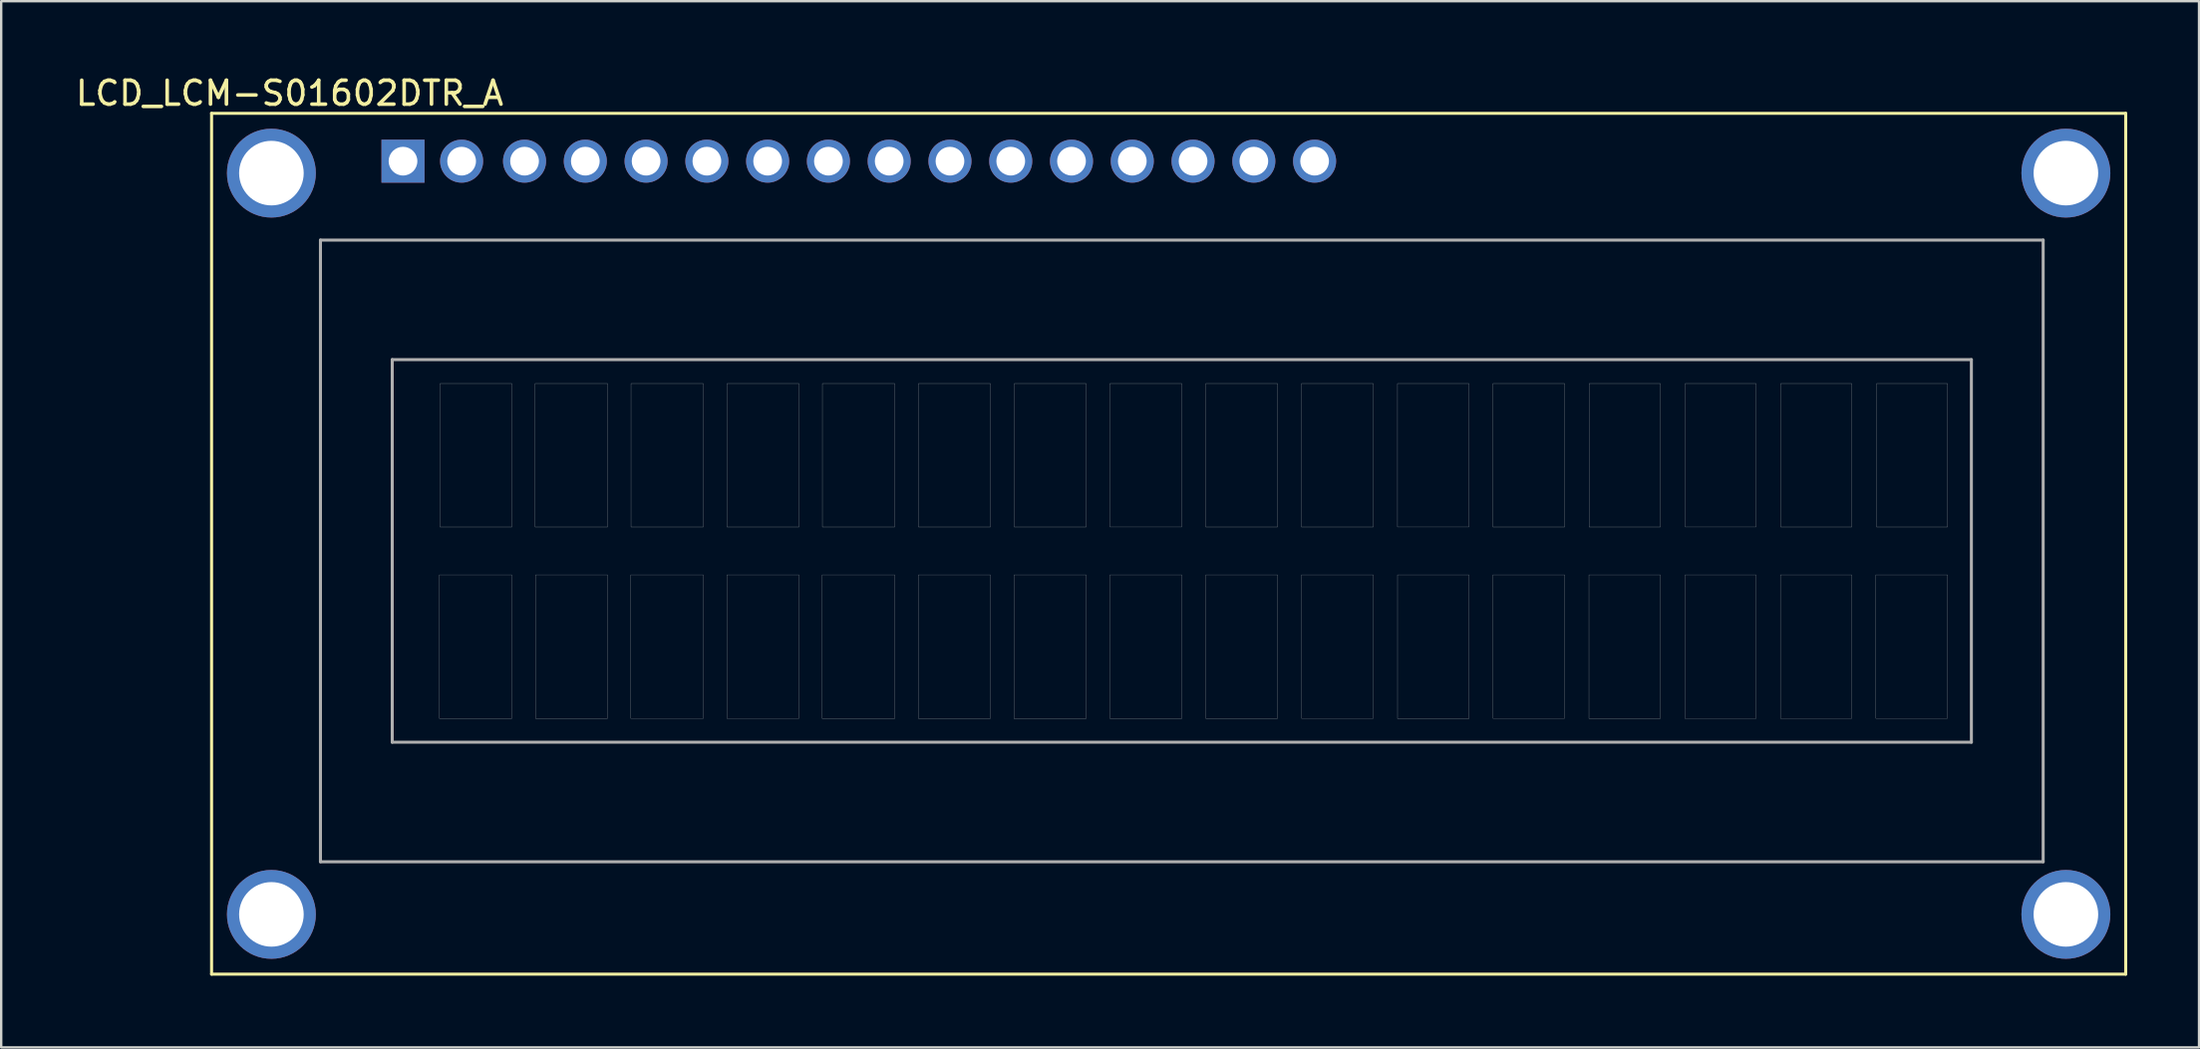
<source format=kicad_pcb>
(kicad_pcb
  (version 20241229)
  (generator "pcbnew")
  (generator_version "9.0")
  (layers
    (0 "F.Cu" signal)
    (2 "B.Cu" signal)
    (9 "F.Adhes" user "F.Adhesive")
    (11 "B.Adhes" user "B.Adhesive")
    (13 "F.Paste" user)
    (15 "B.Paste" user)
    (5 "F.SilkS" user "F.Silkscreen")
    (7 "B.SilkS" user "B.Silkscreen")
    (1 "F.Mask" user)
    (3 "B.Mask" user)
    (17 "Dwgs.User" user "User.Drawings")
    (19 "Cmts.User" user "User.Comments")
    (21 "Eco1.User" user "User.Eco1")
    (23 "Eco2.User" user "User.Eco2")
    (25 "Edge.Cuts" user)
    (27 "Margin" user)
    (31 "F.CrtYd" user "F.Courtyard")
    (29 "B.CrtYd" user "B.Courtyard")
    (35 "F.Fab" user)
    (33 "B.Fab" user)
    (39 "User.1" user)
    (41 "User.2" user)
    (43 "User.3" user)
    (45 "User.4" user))
  (footprint "LCD_LCM-S01602DTR_A"
    (layer "F.Cu")
    (at 46.343 19.99)
    (property "Reference" "LCD_LCM-S01602DTR_A" (at -37.287 -19.141 0) (layer "F.SilkS") (effects (font (size 1 1) (thickness 0.15))))
    (attr through_hole)
    (fp_line (start -40.55 -18.3) (end -40.55 17.7) (stroke (width 0.127) (type solid)) (layer "F.SilkS"))
    (fp_line (start -40.55 17.7) (end 39.45 17.7) (stroke (width 0.127) (type solid)) (layer "F.SilkS"))
    (fp_line (start 39.45 -18.3) (end -40.55 -18.3) (stroke (width 0.127) (type solid)) (layer "F.SilkS"))
    (fp_line (start 39.45 17.7) (end 39.45 -18.3) (stroke (width 0.127) (type solid)) (layer "F.SilkS"))
    (fp_line (start -36 -13) (end -36 13) (stroke (width 0.127) (type solid)) (layer "F.Fab"))
    (fp_line (start -36 13) (end 36 13) (stroke (width 0.127) (type solid)) (layer "F.Fab"))
    (fp_line (start -33 -8) (end -33 8) (stroke (width 0.127) (type solid)) (layer "F.Fab"))
    (fp_line (start -33 8) (end 33 8) (stroke (width 0.127) (type solid)) (layer "F.Fab"))
    (fp_line (start 33 -8) (end -33 -8) (stroke (width 0.127) (type solid)) (layer "F.Fab"))
    (fp_line (start 33 8) (end 33 -8) (stroke (width 0.127) (type solid)) (layer "F.Fab"))
    (fp_line (start 36 -13) (end -36 -13) (stroke (width 0.127) (type solid)) (layer "F.Fab"))
    (fp_line (start 36 13) (end 36 -13) (stroke (width 0.127) (type solid)) (layer "F.Fab"))
    (fp_poly (pts (xy -31.029 1) (xy -28 1) (xy -28 7.007) (xy -31.029 7.007)) (stroke (width 0.01) (type solid)) (fill no) (layer "F.Fab"))
    (fp_poly (pts (xy -31.002 -7) (xy -28 -7) (xy -28 -1) (xy -31.002 -1)) (stroke (width 0.01) (type solid)) (fill no) (layer "F.Fab"))
    (fp_poly (pts (xy -27.027 -7) (xy -24 -7) (xy -24 -1.001) (xy -27.027 -1.001)) (stroke (width 0.01) (type solid)) (fill no) (layer "F.Fab"))
    (fp_poly (pts (xy -27.012 1) (xy -24 1) (xy -24 7.003) (xy -27.012 7.003)) (stroke (width 0.01) (type solid)) (fill no) (layer "F.Fab"))
    (fp_poly (pts (xy -23.027 1) (xy -20 1) (xy -20 7.008) (xy -23.027 7.008)) (stroke (width 0.01) (type solid)) (fill no) (layer "F.Fab"))
    (fp_poly (pts (xy -23.02 -7) (xy -20 -7) (xy -20 -1.001) (xy -23.02 -1.001)) (stroke (width 0.01) (type solid)) (fill no) (layer "F.Fab"))
    (fp_poly (pts (xy -19.015 1) (xy -16 1) (xy -16 7.005) (xy -19.015 7.005)) (stroke (width 0.01) (type solid)) (fill no) (layer "F.Fab"))
    (fp_poly (pts (xy -19.008 -7) (xy -16 -7) (xy -16 -1) (xy -19.008 -1)) (stroke (width 0.01) (type solid)) (fill no) (layer "F.Fab"))
    (fp_poly (pts (xy -15.027 1) (xy -12 1) (xy -12 7.013) (xy -15.027 7.013)) (stroke (width 0.01) (type solid)) (fill no) (layer "F.Fab"))
    (fp_poly (pts (xy -15.021 -7) (xy -12 -7) (xy -12 -1.001) (xy -15.021 -1.001)) (stroke (width 0.01) (type solid)) (fill no) (layer "F.Fab"))
    (fp_poly (pts (xy -11.009 1) (xy -8 1) (xy -8 7.006) (xy -11.009 7.006)) (stroke (width 0.01) (type solid)) (fill no) (layer "F.Fab"))
    (fp_poly (pts (xy -11.006 -7) (xy -8 -7) (xy -8 -1.001) (xy -11.006 -1.001)) (stroke (width 0.01) (type solid)) (fill no) (layer "F.Fab"))
    (fp_poly (pts (xy -7.013 1) (xy -4 1) (xy -4 7.013) (xy -7.013 7.013)) (stroke (width 0.01) (type solid)) (fill no) (layer "F.Fab"))
    (fp_poly (pts (xy -7.002 -7) (xy -4 -7) (xy -4 -1) (xy -7.002 -1)) (stroke (width 0.01) (type solid)) (fill no) (layer "F.Fab"))
    (fp_poly (pts (xy -3.005 -7) (xy 0 -7) (xy 0 -1.002) (xy -3.005 -1.002)) (stroke (width 0.01) (type solid)) (fill no) (layer "F.Fab"))
    (fp_poly (pts (xy -3.004 1) (xy 0 1) (xy 0 7.01) (xy -3.004 7.01)) (stroke (width 0.01) (type solid)) (fill no) (layer "F.Fab"))
    (fp_poly (pts (xy 1.001 1) (xy 4 1) (xy 4 7.006) (xy 1.001 7.006)) (stroke (width 0.01) (type solid)) (fill no) (layer "F.Fab"))
    (fp_poly (pts (xy 1.001 -7) (xy 4 -7) (xy 4 -1.001) (xy 1.001 -1.001)) (stroke (width 0.01) (type solid)) (fill no) (layer "F.Fab"))
    (fp_poly (pts (xy 5.001 -7) (xy 8 -7) (xy 8 -1) (xy 5.001 -1)) (stroke (width 0.01) (type solid)) (fill no) (layer "F.Fab"))
    (fp_poly (pts (xy 5.004 1) (xy 8 1) (xy 8 7.005) (xy 5.004 7.005)) (stroke (width 0.01) (type solid)) (fill no) (layer "F.Fab"))
    (fp_poly (pts (xy 9.015 -7) (xy 12 -7) (xy 12 -1.002) (xy 9.015 -1.002)) (stroke (width 0.01) (type solid)) (fill no) (layer "F.Fab"))
    (fp_poly (pts (xy 9.017 1) (xy 12 1) (xy 12 7.014) (xy 9.017 7.014)) (stroke (width 0.01) (type solid)) (fill no) (layer "F.Fab"))
    (fp_poly (pts (xy 13.003 1) (xy 16 1) (xy 16 7.002) (xy 13.003 7.002)) (stroke (width 0.01) (type solid)) (fill no) (layer "F.Fab"))
    (fp_poly (pts (xy 13.004 -7) (xy 16 -7) (xy 16 -1) (xy 13.004 -1)) (stroke (width 0.01) (type solid)) (fill no) (layer "F.Fab"))
    (fp_poly (pts (xy 17.017 1) (xy 20 1) (xy 20 7.007) (xy 17.017 7.007)) (stroke (width 0.01) (type solid)) (fill no) (layer "F.Fab"))
    (fp_poly (pts (xy 17.023 -7) (xy 20 -7) (xy 20 -1.001) (xy 17.023 -1.001)) (stroke (width 0.01) (type solid)) (fill no) (layer "F.Fab"))
    (fp_poly (pts (xy 21.032 1) (xy 24 1) (xy 24 7.011) (xy 21.032 7.011)) (stroke (width 0.01) (type solid)) (fill no) (layer "F.Fab"))
    (fp_poly (pts (xy 21.037 -7) (xy 24 -7) (xy 24 -1.002) (xy 21.037 -1.002)) (stroke (width 0.01) (type solid)) (fill no) (layer "F.Fab"))
    (fp_poly (pts (xy 25.019 1) (xy 28 1) (xy 28 7.005) (xy 25.019 7.005)) (stroke (width 0.01) (type solid)) (fill no) (layer "F.Fab"))
    (fp_poly (pts (xy 25.031 -7) (xy 28 -7) (xy 28 -1.001) (xy 25.031 -1.001)) (stroke (width 0.01) (type solid)) (fill no) (layer "F.Fab"))
    (fp_poly (pts (xy 29.008 1) (xy 32 1) (xy 32 7.002) (xy 29.008 7.002)) (stroke (width 0.01) (type solid)) (fill no) (layer "F.Fab"))
    (fp_poly (pts (xy 29.039 -7) (xy 32 -7) (xy 32 -1.001) (xy 29.039 -1.001)) (stroke (width 0.01) (type solid)) (fill no) (layer "F.Fab"))
    (pad "" np_thru_hole circle (at -38.05 -15.8) (size 3.716 3.716) (drill 2.7) (layers "*.Cu" "*.Mask"))
    (pad "" np_thru_hole circle (at -38.05 15.2) (size 3.716 3.716) (drill 2.7) (layers "*.Cu" "*.Mask"))
    (pad "" np_thru_hole circle (at 36.95 -15.8) (size 3.716 3.716) (drill 2.7) (layers "*.Cu" "*.Mask"))
    (pad "" np_thru_hole circle (at 36.95 15.2) (size 3.716 3.716) (drill 2.7) (layers "*.Cu" "*.Mask"))
    (pad "1" thru_hole rect (at -32.55 -16.3) (size 1.8 1.8) (drill 1.2) (layers "*.Cu" "*.Mask"))
    (pad "2" thru_hole circle (at -30.1 -16.3) (size 1.8 1.8) (drill 1.2) (layers "*.Cu" "*.Mask"))
    (pad "3" thru_hole circle (at -27.47 -16.3) (size 1.8 1.8) (drill 1.2) (layers "*.Cu" "*.Mask"))
    (pad "4" thru_hole circle (at -24.93 -16.3) (size 1.8 1.8) (drill 1.2) (layers "*.Cu" "*.Mask"))
    (pad "5" thru_hole circle (at -22.39 -16.3) (size 1.8 1.8) (drill 1.2) (layers "*.Cu" "*.Mask"))
    (pad "6" thru_hole circle (at -19.85 -16.3) (size 1.8 1.8) (drill 1.2) (layers "*.Cu" "*.Mask"))
    (pad "7" thru_hole circle (at -17.31 -16.3) (size 1.8 1.8) (drill 1.2) (layers "*.Cu" "*.Mask"))
    (pad "8" thru_hole circle (at -14.77 -16.3) (size 1.8 1.8) (drill 1.2) (layers "*.Cu" "*.Mask"))
    (pad "9" thru_hole circle (at -12.23 -16.3) (size 1.8 1.8) (drill 1.2) (layers "*.Cu" "*.Mask"))
    (pad "10" thru_hole circle (at -9.69 -16.3) (size 1.8 1.8) (drill 1.2) (layers "*.Cu" "*.Mask"))
    (pad "11" thru_hole circle (at -7.15 -16.3) (size 1.8 1.8) (drill 1.2) (layers "*.Cu" "*.Mask"))
    (pad "12" thru_hole circle (at -4.61 -16.3) (size 1.8 1.8) (drill 1.2) (layers "*.Cu" "*.Mask"))
    (pad "13" thru_hole circle (at -2.07 -16.3) (size 1.8 1.8) (drill 1.2) (layers "*.Cu" "*.Mask"))
    (pad "14" thru_hole circle (at 0.47 -16.3) (size 1.8 1.8) (drill 1.2) (layers "*.Cu" "*.Mask"))
    (pad "15" thru_hole circle (at 3.01 -16.3) (size 1.8 1.8) (drill 1.2) (layers "*.Cu" "*.Mask"))
    (pad "16" thru_hole circle (at 5.55 -16.3) (size 1.8 1.8) (drill 1.2) (layers "*.Cu" "*.Mask")))
  (gr_rect
    (start -3 -3)
    (end 88.857 40.753)
    (stroke (width 0.1) (type default))
    (fill no)
    (layer "Edge.Cuts")))
</source>
